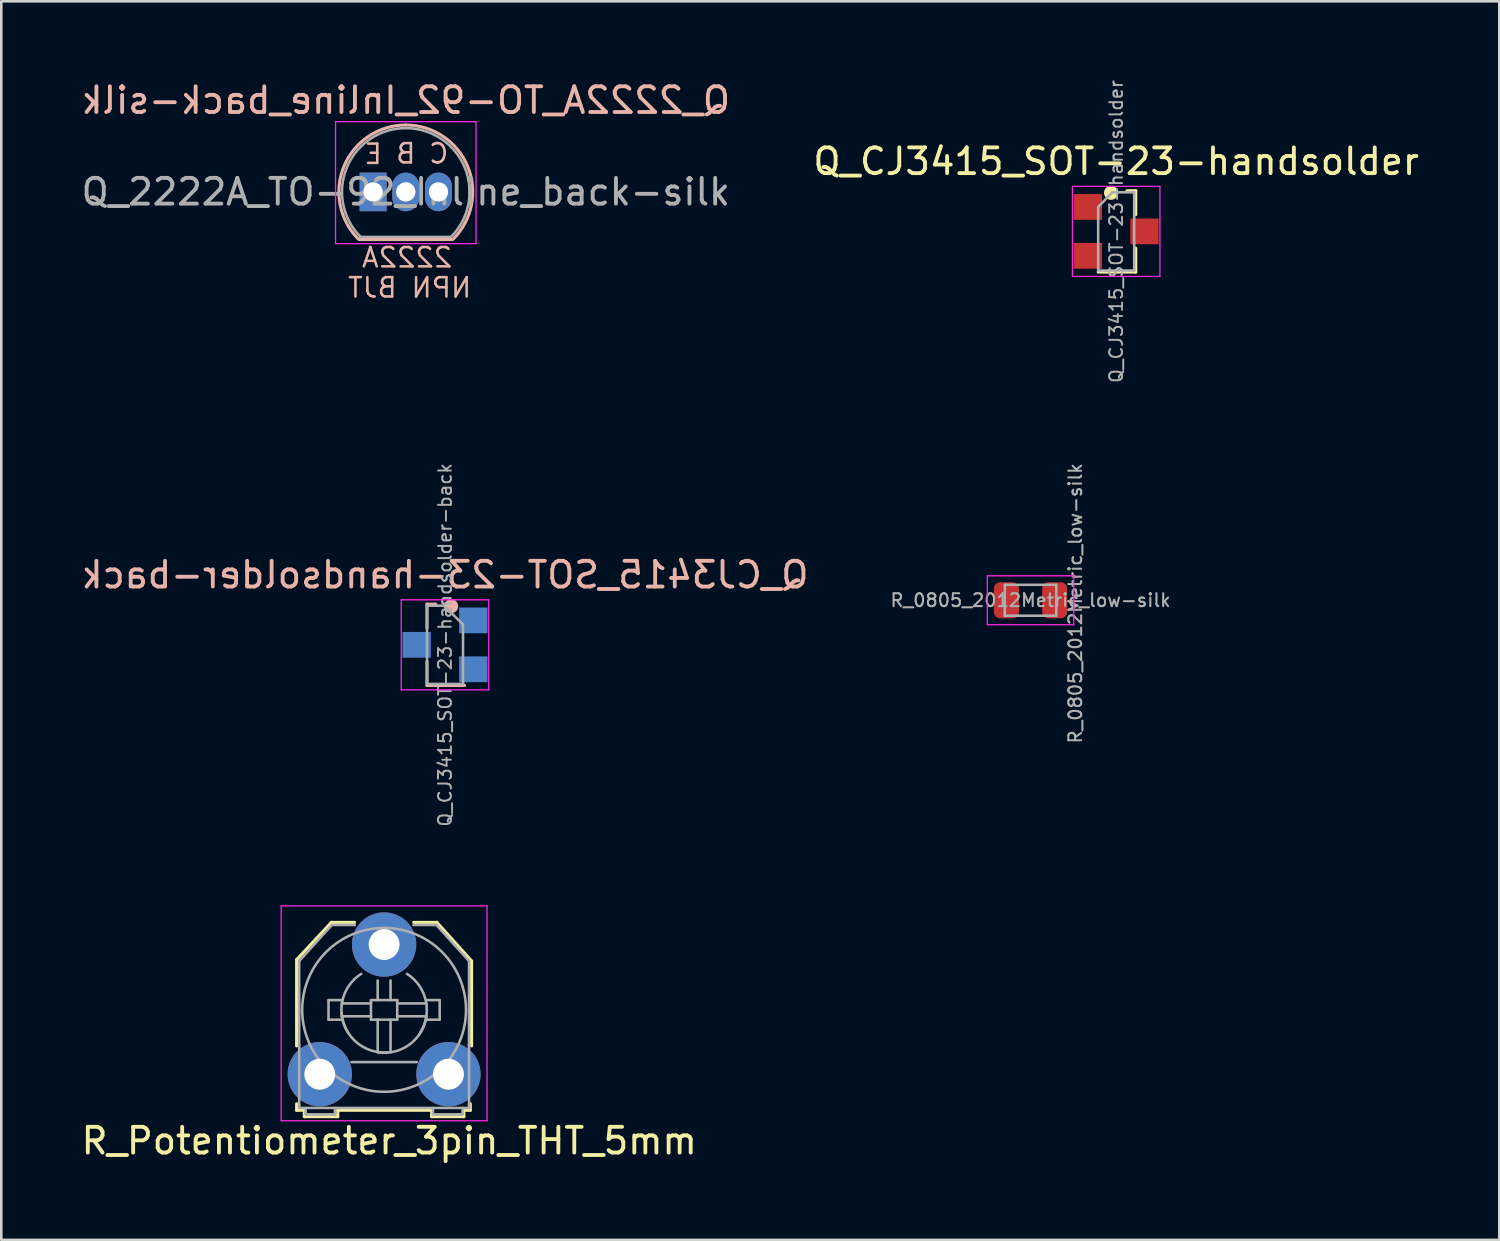
<source format=kicad_pcb>
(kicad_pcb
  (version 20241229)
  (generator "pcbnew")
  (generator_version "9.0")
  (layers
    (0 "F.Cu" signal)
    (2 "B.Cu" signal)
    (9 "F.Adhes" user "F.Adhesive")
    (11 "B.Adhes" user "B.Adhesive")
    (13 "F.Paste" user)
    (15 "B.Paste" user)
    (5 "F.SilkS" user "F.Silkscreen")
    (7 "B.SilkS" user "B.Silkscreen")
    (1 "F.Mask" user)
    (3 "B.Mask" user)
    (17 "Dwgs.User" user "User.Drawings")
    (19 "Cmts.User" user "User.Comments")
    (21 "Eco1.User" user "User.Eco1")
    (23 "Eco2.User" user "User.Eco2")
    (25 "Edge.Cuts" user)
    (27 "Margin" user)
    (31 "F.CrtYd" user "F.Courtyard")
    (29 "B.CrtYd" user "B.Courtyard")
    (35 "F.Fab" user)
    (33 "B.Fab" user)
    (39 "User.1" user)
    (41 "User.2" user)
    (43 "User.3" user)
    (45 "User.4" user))
  (footprint "R_Potentiometer_3pin_THT_5mm"
    (layer "F.Cu")
    (at 9.377 38.696)
    (property "Reference" "R_Potentiometer_3pin_THT_5mm" (at 2.7 2.59 0) (layer "F.SilkS") (effects (font (size 1 1) (thickness 0.15))))
    (attr through_hole)
    (fp_line (start -0.9 -4.45) (end 0.45 -5.9) (stroke (width 0.12) (type solid)) (layer "F.SilkS"))
    (fp_line (start -0.9 -1.1) (end -0.9 -4.45) (stroke (width 0.12) (type solid)) (layer "F.SilkS"))
    (fp_line (start -0.9 1.4) (end -0.9 1.15) (stroke (width 0.12) (type solid)) (layer "F.SilkS"))
    (fp_line (start -0.6 1.4) (end -0.9 1.4) (stroke (width 0.12) (type solid)) (layer "F.SilkS"))
    (fp_line (start -0.6 1.65) (end -0.6 1.4) (stroke (width 0.12) (type solid)) (layer "F.SilkS"))
    (fp_line (start 0.45 -5.9) (end 1.35 -5.9) (stroke (width 0.12) (type solid)) (layer "F.SilkS"))
    (fp_line (start 0.7 1.4) (end 0.7 1.65) (stroke (width 0.12) (type solid)) (layer "F.SilkS"))
    (fp_line (start 0.7 1.65) (end -0.6 1.65) (stroke (width 0.12) (type solid)) (layer "F.SilkS"))
    (fp_line (start 3.65 -5.9) (end 4.55 -5.9) (stroke (width 0.12) (type solid)) (layer "F.SilkS"))
    (fp_line (start 4.35 1.4) (end 0.7 1.4) (stroke (width 0.12) (type solid)) (layer "F.SilkS"))
    (fp_line (start 4.35 1.65) (end 4.35 1.4) (stroke (width 0.12) (type solid)) (layer "F.SilkS"))
    (fp_line (start 4.55 -5.9) (end 5.9 -4.4) (stroke (width 0.12) (type solid)) (layer "F.SilkS"))
    (fp_line (start 5.6 1.4) (end 5.6 1.65) (stroke (width 0.12) (type solid)) (layer "F.SilkS"))
    (fp_line (start 5.6 1.65) (end 4.35 1.65) (stroke (width 0.12) (type solid)) (layer "F.SilkS"))
    (fp_line (start 5.85 1.15) (end 5.85 1.4) (stroke (width 0.12) (type solid)) (layer "F.SilkS"))
    (fp_line (start 5.85 1.4) (end 5.6 1.4) (stroke (width 0.12) (type solid)) (layer "F.SilkS"))
    (fp_line (start 5.9 -4.4) (end 5.9 -1.1) (stroke (width 0.12) (type solid)) (layer "F.SilkS"))
    (fp_line (start -1.5 -6.54) (end -1.5 1.81) (stroke (width 0.05) (type solid)) (layer "F.CrtYd"))
    (fp_line (start -1.5 -6.54) (end 6.5 -6.54) (stroke (width 0.05) (type solid)) (layer "F.CrtYd"))
    (fp_line (start 6.5 1.81) (end -1.5 1.81) (stroke (width 0.05) (type solid)) (layer "F.CrtYd"))
    (fp_line (start 6.5 1.81) (end 6.5 -6.54) (stroke (width 0.05) (type solid)) (layer "F.CrtYd"))
    (fp_line (start -0.8 -4.4) (end -0.8 -2.5) (stroke (width 0.1) (type solid)) (layer "F.Fab"))
    (fp_line (start -0.8 -2.5) (end -0.8 -1.1) (stroke (width 0.1) (type solid)) (layer "F.Fab"))
    (fp_line (start -0.8 -1.1) (end -0.8 1.2) (stroke (width 0.1) (type solid)) (layer "F.Fab"))
    (fp_line (start -0.8 1.31) (end -0.8 1.18) (stroke (width 0.1) (type solid)) (layer "F.Fab"))
    (fp_line (start -0.8 1.31) (end 5.8 1.31) (stroke (width 0.1) (type solid)) (layer "F.Fab"))
    (fp_line (start -0.55 1.31) (end -0.55 1.56) (stroke (width 0.1) (type solid)) (layer "F.Fab"))
    (fp_line (start -0.55 1.56) (end 0.59 1.56) (stroke (width 0.1) (type solid)) (layer "F.Fab"))
    (fp_line (start 0.34 -2.88) (end 0.34 -2.12) (stroke (width 0.1) (type solid)) (layer "F.Fab"))
    (fp_line (start 0.34 -2.12) (end 0.85 -2.12) (stroke (width 0.1) (type solid)) (layer "F.Fab"))
    (fp_line (start 0.47 -5.8) (end -0.8 -4.4) (stroke (width 0.1) (type solid)) (layer "F.Fab"))
    (fp_line (start 0.59 1.56) (end 0.59 1.31) (stroke (width 0.1) (type solid)) (layer "F.Fab"))
    (fp_line (start 0.85 -2.88) (end 0.34 -2.88) (stroke (width 0.1) (type solid)) (layer "F.Fab"))
    (fp_line (start 1.23 -0.47) (end 3.77 -0.47) (stroke (width 0.1) (type solid)) (layer "F.Fab"))
    (fp_line (start 1.36 -5.8) (end 0.47 -5.8) (stroke (width 0.1) (type solid)) (layer "F.Fab"))
    (fp_line (start 1.99 -2.88) (end 1.99 -2.12) (stroke (width 0.1) (type solid)) (layer "F.Fab"))
    (fp_line (start 1.99 -2.75) (end 0.85 -2.75) (stroke (width 0.1) (type solid)) (layer "F.Fab"))
    (fp_line (start 1.99 -2.25) (end 0.85 -2.25) (stroke (width 0.1) (type solid)) (layer "F.Fab"))
    (fp_line (start 1.99 -2.12) (end 3.01 -2.12) (stroke (width 0.1) (type solid)) (layer "F.Fab"))
    (fp_line (start 2.25 -2.88) (end 2.25 -3.64) (stroke (width 0.1) (type solid)) (layer "F.Fab"))
    (fp_line (start 2.25 -2.12) (end 2.25 -0.85) (stroke (width 0.1) (type solid)) (layer "F.Fab"))
    (fp_line (start 2.75 -2.88) (end 2.75 -3.64) (stroke (width 0.1) (type solid)) (layer "F.Fab"))
    (fp_line (start 2.75 -2.12) (end 2.75 -0.85) (stroke (width 0.1) (type solid)) (layer "F.Fab"))
    (fp_line (start 3.01 -2.88) (end 1.99 -2.88) (stroke (width 0.1) (type solid)) (layer "F.Fab"))
    (fp_line (start 3.01 -2.75) (end 4.15 -2.75) (stroke (width 0.1) (type solid)) (layer "F.Fab"))
    (fp_line (start 3.01 -2.25) (end 4.15 -2.25) (stroke (width 0.1) (type solid)) (layer "F.Fab"))
    (fp_line (start 3.01 -2.12) (end 3.01 -2.88) (stroke (width 0.1) (type solid)) (layer "F.Fab"))
    (fp_line (start 4.15 -2.88) (end 4.66 -2.88) (stroke (width 0.1) (type solid)) (layer "F.Fab"))
    (fp_line (start 4.4 1.56) (end 4.4 1.31) (stroke (width 0.1) (type solid)) (layer "F.Fab"))
    (fp_line (start 4.53 -5.8) (end 3.64 -5.8) (stroke (width 0.1) (type solid)) (layer "F.Fab"))
    (fp_line (start 4.53 -5.8) (end 5.8 -4.4) (stroke (width 0.1) (type solid)) (layer "F.Fab"))
    (fp_line (start 4.66 -2.88) (end 4.66 -2.12) (stroke (width 0.1) (type solid)) (layer "F.Fab"))
    (fp_line (start 4.66 -2.12) (end 4.15 -2.12) (stroke (width 0.1) (type solid)) (layer "F.Fab"))
    (fp_line (start 5.55 1.31) (end 5.55 1.56) (stroke (width 0.1) (type solid)) (layer "F.Fab"))
    (fp_line (start 5.55 1.56) (end 4.4 1.56) (stroke (width 0.1) (type solid)) (layer "F.Fab"))
    (fp_line (start 5.8 -4.4) (end 5.8 -2.5) (stroke (width 0.1) (type solid)) (layer "F.Fab"))
    (fp_line (start 5.8 -2.5) (end 5.8 -1.1) (stroke (width 0.1) (type solid)) (layer "F.Fab"))
    (fp_line (start 5.8 1.2) (end 5.8 -1.15) (stroke (width 0.1) (type solid)) (layer "F.Fab"))
    (fp_line (start 5.8 1.31) (end 5.8 1.18) (stroke (width 0.1) (type solid)) (layer "F.Fab"))
    (fp_arc (start 1.1 -1.61) (mid 0.880725 -2.860624) (end 1.61 -3.9) (stroke (width 0.1) (type solid)) (layer "F.Fab"))
    (fp_arc (start 2.63 -0.85) (mid 1.425198 -1.24135) (end 0.85 -2.37) (stroke (width 0.1) (type solid)) (layer "F.Fab"))
    (fp_arc (start 3.39 -3.9) (mid 4.119275 -2.860624) (end 3.9 -1.61) (stroke (width 0.1) (type solid)) (layer "F.Fab"))
    (fp_arc (start 4.15 -2.25) (mid 3.489949 -1.156497) (end 2.25 -0.85) (stroke (width 0.1) (type solid)) (layer "F.Fab"))
    (fp_circle (center 2.5 -2.5) (end 4.7 -0.2) (stroke (width 0.1) (type solid)) (fill no) (layer "F.Fab"))
    (pad "1" thru_hole circle (at 0 0) (size 2.5 2.5) (drill 1.2) (layers "*.Cu" "*.Mask"))
    (pad "2" thru_hole circle (at 2.5 -5.04) (size 2.5 2.5) (drill 1.2) (layers "*.Cu" "*.Mask"))
    (pad "3" thru_hole circle (at 5 0) (size 2.5 2.5) (drill 1.2) (layers "*.Cu" "*.Mask")))
  (footprint "Q_CJ3415_SOT-23-handsolder-back"
    (layer "F.Cu")
    (at 14.244 22.009)
    (property "Reference" "Q_CJ3415_SOT-23-handsolder-back" (at 0 -2.72 0) (layer "B.SilkS") (effects (font (size 1 1) (thickness 0.15)) (justify mirror)))
    (attr smd)
    (fp_line (start -0.7 -1.58) (end -0.7 -0.65) (stroke (width 0.12) (type solid)) (layer "B.SilkS"))
    (fp_line (start -0.7 1.58) (end -0.7 0.65) (stroke (width 0.12) (type solid)) (layer "B.SilkS"))
    (fp_line (start -0.36 -1.58) (end -0.7 -1.58) (stroke (width 0.12) (type solid)) (layer "B.SilkS"))
    (fp_line (start 0.76 1.58) (end -0.7 1.58) (stroke (width 0.12) (type solid)) (layer "B.SilkS"))
    (fp_circle (center 0.24 -1.5) (end 0.318 -1.5) (stroke (width 0.15) (type solid)) (fill no) (layer "B.SilkS"))
    (fp_circle (center 0.24 -1.5) (end 0.438 -1.5) (stroke (width 0.15) (type solid)) (fill no) (layer "B.SilkS"))
    (fp_line (start -1.7 -1.75) (end 1.7 -1.75) (stroke (width 0.05) (type solid)) (layer "F.CrtYd"))
    (fp_line (start -1.7 1.75) (end -1.7 -1.75) (stroke (width 0.05) (type solid)) (layer "F.CrtYd"))
    (fp_line (start 1.7 -1.75) (end 1.7 1.75) (stroke (width 0.05) (type solid)) (layer "F.CrtYd"))
    (fp_line (start 1.7 1.75) (end -1.7 1.75) (stroke (width 0.05) (type solid)) (layer "F.CrtYd"))
    (fp_line (start -0.7 -1.52) (end -0.7 1.5) (stroke (width 0.1) (type solid)) (layer "F.Fab"))
    (fp_line (start -0.7 -1.52) (end -0.04 -1.52) (stroke (width 0.1) (type solid)) (layer "F.Fab"))
    (fp_line (start -0.7 1.52) (end 0.7 1.52) (stroke (width 0.1) (type solid)) (layer "F.Fab"))
    (fp_line (start 0.7 -0.79) (end -0.04 -1.52) (stroke (width 0.1) (type solid)) (layer "F.Fab"))
    (fp_line (start 0.7 -0.79) (end 0.7 1.52) (stroke (width 0.1) (type solid)) (layer "F.Fab"))
    (fp_text user "${REFERENCE}" (at 0 0 90) (layer "F.Fab") (effects (font (size 0.5 0.5) (thickness 0.075))))
    (pad "1" smd rect (at 1.1 -0.95) (size 1.1 1) (layers "B.Cu" "B.Mask" "B.Paste"))
    (pad "2" smd rect (at 1.1 0.95) (size 1.1 1) (layers "B.Cu" "B.Mask" "B.Paste"))
    (pad "3" smd rect (at -1.1 0) (size 1.1 1) (layers "B.Cu" "B.Mask" "B.Paste")))
  (footprint "Q_2222A_TO-92_Inline_back-silk"
    (layer "F.Cu")
    (at 11.45 4.408)
    (property "Reference" "Q_2222A_TO-92_Inline_back-silk" (at 1.27 -3.56 0) (layer "B.SilkS") (effects (font (size 1 1) (thickness 0.15)) (justify mirror)))
    (attr through_hole)
    (fp_line (start -0.53 1.85) (end 3.07 1.85) (stroke (width 0.12) (type solid)) (layer "B.SilkS"))
    (fp_arc (start -0.568478 1.838478) (mid -1.132087 -0.994977) (end 1.27 -2.6) (stroke (width 0.12) (type solid)) (layer "B.SilkS"))
    (fp_arc (start 1.27 -2.6) (mid 3.672087 -0.994977) (end 3.108478 1.838478) (stroke (width 0.12) (type solid)) (layer "B.SilkS"))
    (fp_line (start -1.46 -2.73) (end -1.46 2.01) (stroke (width 0.05) (type solid)) (layer "F.CrtYd"))
    (fp_line (start -1.46 -2.73) (end 4 -2.73) (stroke (width 0.05) (type solid)) (layer "F.CrtYd"))
    (fp_line (start 4 2.01) (end -1.46 2.01) (stroke (width 0.05) (type solid)) (layer "F.CrtYd"))
    (fp_line (start 4 2.01) (end 4 -2.73) (stroke (width 0.05) (type solid)) (layer "F.CrtYd"))
    (fp_line (start -0.5 1.75) (end 3 1.75) (stroke (width 0.1) (type solid)) (layer "F.Fab"))
    (fp_arc (start -0.483625 1.753625) (mid -1.021221 -0.949055) (end 1.27 -2.48) (stroke (width 0.1) (type solid)) (layer "F.Fab"))
    (fp_arc (start 1.27 -2.48) (mid 3.561221 -0.949055) (end 3.023625 1.753625) (stroke (width 0.1) (type solid)) (layer "F.Fab"))
    (fp_text user "E" (at 0 -1.47 0) (layer "B.SilkS") (effects (font (size 0.75 0.75) (thickness 0.1)) (justify mirror)))
    (fp_text user "2222A" (at 1.32 2.55 0) (layer "B.SilkS") (effects (font (size 0.75 0.75) (thickness 0.1)) (justify mirror)))
    (fp_text user "B" (at 1.27 -1.49 0) (layer "B.SilkS") (effects (font (size 0.75 0.75) (thickness 0.1)) (justify mirror)))
    (fp_text user "C" (at 2.55 -1.49 0) (layer "B.SilkS") (effects (font (size 0.75 0.75) (thickness 0.1)) (justify mirror)))
    (fp_text user "NPN BJT" (at 1.42 3.72 0) (layer "B.SilkS") (effects (font (size 0.75 0.75) (thickness 0.1)) (justify mirror)))
    (fp_text user "${REFERENCE}" (at 1.27 0 0) (layer "F.Fab") (effects (font (size 1 1) (thickness 0.15))))
    (pad "1" thru_hole rect (at 0 0) (size 1.05 1.5) (drill 0.75) (layers "*.Cu" "*.Mask"))
    (pad "2" thru_hole oval (at 1.27 0) (size 1.05 1.5) (drill 0.75) (layers "*.Cu" "*.Mask"))
    (pad "3" thru_hole oval (at 2.54 0) (size 1.05 1.5) (drill 0.75) (layers "*.Cu" "*.Mask")))
  (footprint "R_0805_2012Metric_low-silk"
    (layer "F.Cu")
    (at 36.999 20.277)
    (property "Reference" "R_0805_2012Metric_low-silk" (at 1.74 0.12 270) (layer "F.Fab") (effects (font (size 0.5 0.5) (thickness 0.08))))
    (attr smd)
    (fp_line (start -1.68 -0.95) (end 1.68 -0.95) (stroke (width 0.05) (type solid)) (layer "F.CrtYd"))
    (fp_line (start -1.68 0.95) (end -1.68 -0.95) (stroke (width 0.05) (type solid)) (layer "F.CrtYd"))
    (fp_line (start 1.68 -0.95) (end 1.68 0.95) (stroke (width 0.05) (type solid)) (layer "F.CrtYd"))
    (fp_line (start 1.68 0.95) (end -1.68 0.95) (stroke (width 0.05) (type solid)) (layer "F.CrtYd"))
    (fp_line (start -1 -0.6) (end 1 -0.6) (stroke (width 0.1) (type solid)) (layer "F.Fab"))
    (fp_line (start -1 0.6) (end -1 -0.6) (stroke (width 0.1) (type solid)) (layer "F.Fab"))
    (fp_line (start 1 -0.6) (end 1 0.6) (stroke (width 0.1) (type solid)) (layer "F.Fab"))
    (fp_line (start 1 0.6) (end -1 0.6) (stroke (width 0.1) (type solid)) (layer "F.Fab"))
    (fp_text user "${REFERENCE}" (at 0 0 0) (layer "F.Fab") (effects (font (size 0.5 0.5) (thickness 0.08))))
    (pad "1" smd roundrect (at -0.938 0) (size 0.975 1.4) (layers "F.Cu" "F.Mask" "F.Paste") (roundrect_rratio 0.25))
    (pad "2" smd roundrect (at 0.938 0) (size 0.975 1.4) (layers "F.Cu" "F.Mask" "F.Paste") (roundrect_rratio 0.25)))
  (footprint "Q_CJ3415_SOT-23-handsolder"
    (layer "F.Cu")
    (at 40.327 5.943)
    (property "Reference" "Q_CJ3415_SOT-23-handsolder" (at 0 -2.72 0) (layer "F.SilkS") (effects (font (size 1 1) (thickness 0.15))))
    (attr smd)
    (fp_line (start 0.76 -1.58) (end 0.42 -1.58) (stroke (width 0.12) (type solid)) (layer "F.SilkS"))
    (fp_line (start 0.76 -1.58) (end 0.76 -0.65) (stroke (width 0.12) (type solid)) (layer "F.SilkS"))
    (fp_line (start 0.76 1.58) (end -0.7 1.58) (stroke (width 0.12) (type solid)) (layer "F.SilkS"))
    (fp_line (start 0.76 1.58) (end 0.76 0.65) (stroke (width 0.12) (type solid)) (layer "F.SilkS"))
    (fp_circle (center -0.2 -1.5) (end -0.15 -1.44) (stroke (width 0.15) (type solid)) (fill no) (layer "F.SilkS"))
    (fp_circle (center -0.2 -1.5) (end -0.05 -1.37) (stroke (width 0.15) (type solid)) (fill no) (layer "F.SilkS"))
    (fp_line (start -1.7 -1.75) (end 1.7 -1.75) (stroke (width 0.05) (type solid)) (layer "F.CrtYd"))
    (fp_line (start -1.7 1.75) (end -1.7 -1.75) (stroke (width 0.05) (type solid)) (layer "F.CrtYd"))
    (fp_line (start 1.7 -1.75) (end 1.7 1.75) (stroke (width 0.05) (type solid)) (layer "F.CrtYd"))
    (fp_line (start 1.7 1.75) (end -1.7 1.75) (stroke (width 0.05) (type solid)) (layer "F.CrtYd"))
    (fp_line (start -0.7 -0.95) (end -0.7 1.5) (stroke (width 0.1) (type solid)) (layer "F.Fab"))
    (fp_line (start -0.7 -0.95) (end -0.15 -1.52) (stroke (width 0.1) (type solid)) (layer "F.Fab"))
    (fp_line (start -0.7 1.52) (end 0.7 1.52) (stroke (width 0.1) (type solid)) (layer "F.Fab"))
    (fp_line (start -0.15 -1.52) (end 0.7 -1.52) (stroke (width 0.1) (type solid)) (layer "F.Fab"))
    (fp_line (start 0.7 -1.52) (end 0.7 1.52) (stroke (width 0.1) (type solid)) (layer "F.Fab"))
    (fp_text user "${REFERENCE}" (at 0 0 90) (layer "F.Fab") (effects (font (size 0.5 0.5) (thickness 0.075))))
    (pad "1" smd rect (at -1.1 -0.95) (size 1.1 1) (layers "F.Cu" "F.Mask" "F.Paste"))
    (pad "2" smd rect (at -1.1 0.95) (size 1.1 1) (layers "F.Cu" "F.Mask" "F.Paste"))
    (pad "3" smd rect (at 1.1 0) (size 1.1 1) (layers "F.Cu" "F.Mask" "F.Paste")))
  (gr_rect
    (start -3 -3)
    (end 55.214 45.134)
    (stroke (width 0.1) (type default))
    (fill no)
    (layer "Edge.Cuts")))
</source>
